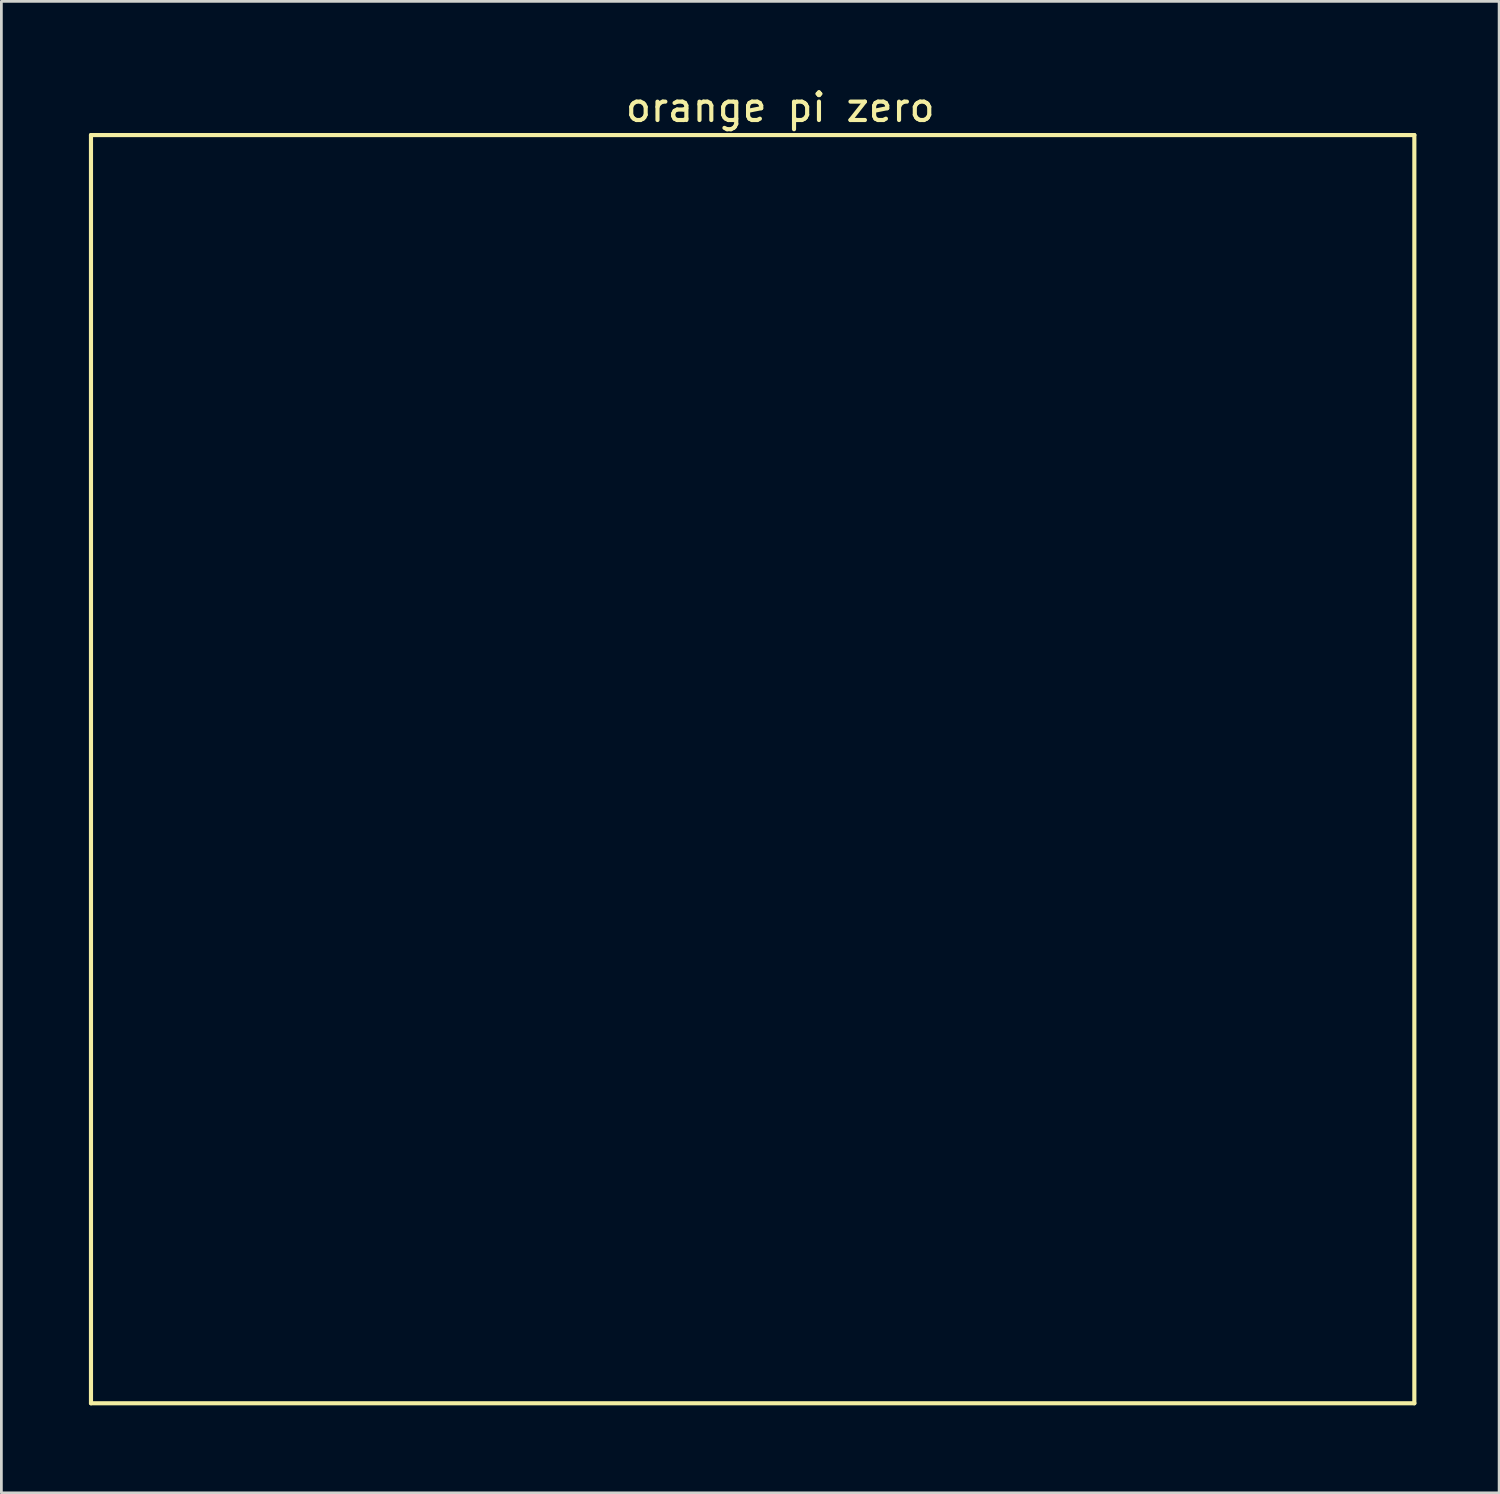
<source format=kicad_pcb>
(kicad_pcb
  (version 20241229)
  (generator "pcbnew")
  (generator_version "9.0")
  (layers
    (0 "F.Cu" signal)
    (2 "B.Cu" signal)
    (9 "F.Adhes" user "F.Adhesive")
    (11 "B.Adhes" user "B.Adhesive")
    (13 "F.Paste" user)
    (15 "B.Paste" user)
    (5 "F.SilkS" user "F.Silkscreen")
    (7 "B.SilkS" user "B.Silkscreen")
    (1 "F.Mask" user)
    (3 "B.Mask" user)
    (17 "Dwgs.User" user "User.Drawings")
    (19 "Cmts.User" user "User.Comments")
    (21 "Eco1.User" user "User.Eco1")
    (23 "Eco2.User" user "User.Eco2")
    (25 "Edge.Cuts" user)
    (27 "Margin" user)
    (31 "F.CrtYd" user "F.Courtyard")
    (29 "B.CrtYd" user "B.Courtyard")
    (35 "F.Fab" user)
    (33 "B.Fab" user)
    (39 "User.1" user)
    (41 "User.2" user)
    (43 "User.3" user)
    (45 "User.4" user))
  (footprint "orange pi zero"
    (layer "F.Cu")
    (at 0.25 47.848)
    (property "Reference" "orange pi zero" (at 25 -47 0) (layer "F.SilkS") (effects (font (size 1 1) (thickness 0.15))))
    (attr through_hole)
    (fp_line (start 0 -46) (end 48 -46) (stroke (width 0.15) (type solid)) (layer "F.SilkS"))
    (fp_line (start 0 0) (end 0 -46) (stroke (width 0.15) (type solid)) (layer "F.SilkS"))
    (fp_line (start 48 -46) (end 48 0) (stroke (width 0.15) (type solid)) (layer "F.SilkS"))
    (fp_line (start 48 0) (end 0 0) (stroke (width 0.15) (type solid)) (layer "F.SilkS")))
  (gr_rect
    (start -3 -3)
    (end 51.325 51.098)
    (stroke (width 0.1) (type default))
    (fill no)
    (layer "Edge.Cuts")))
</source>
